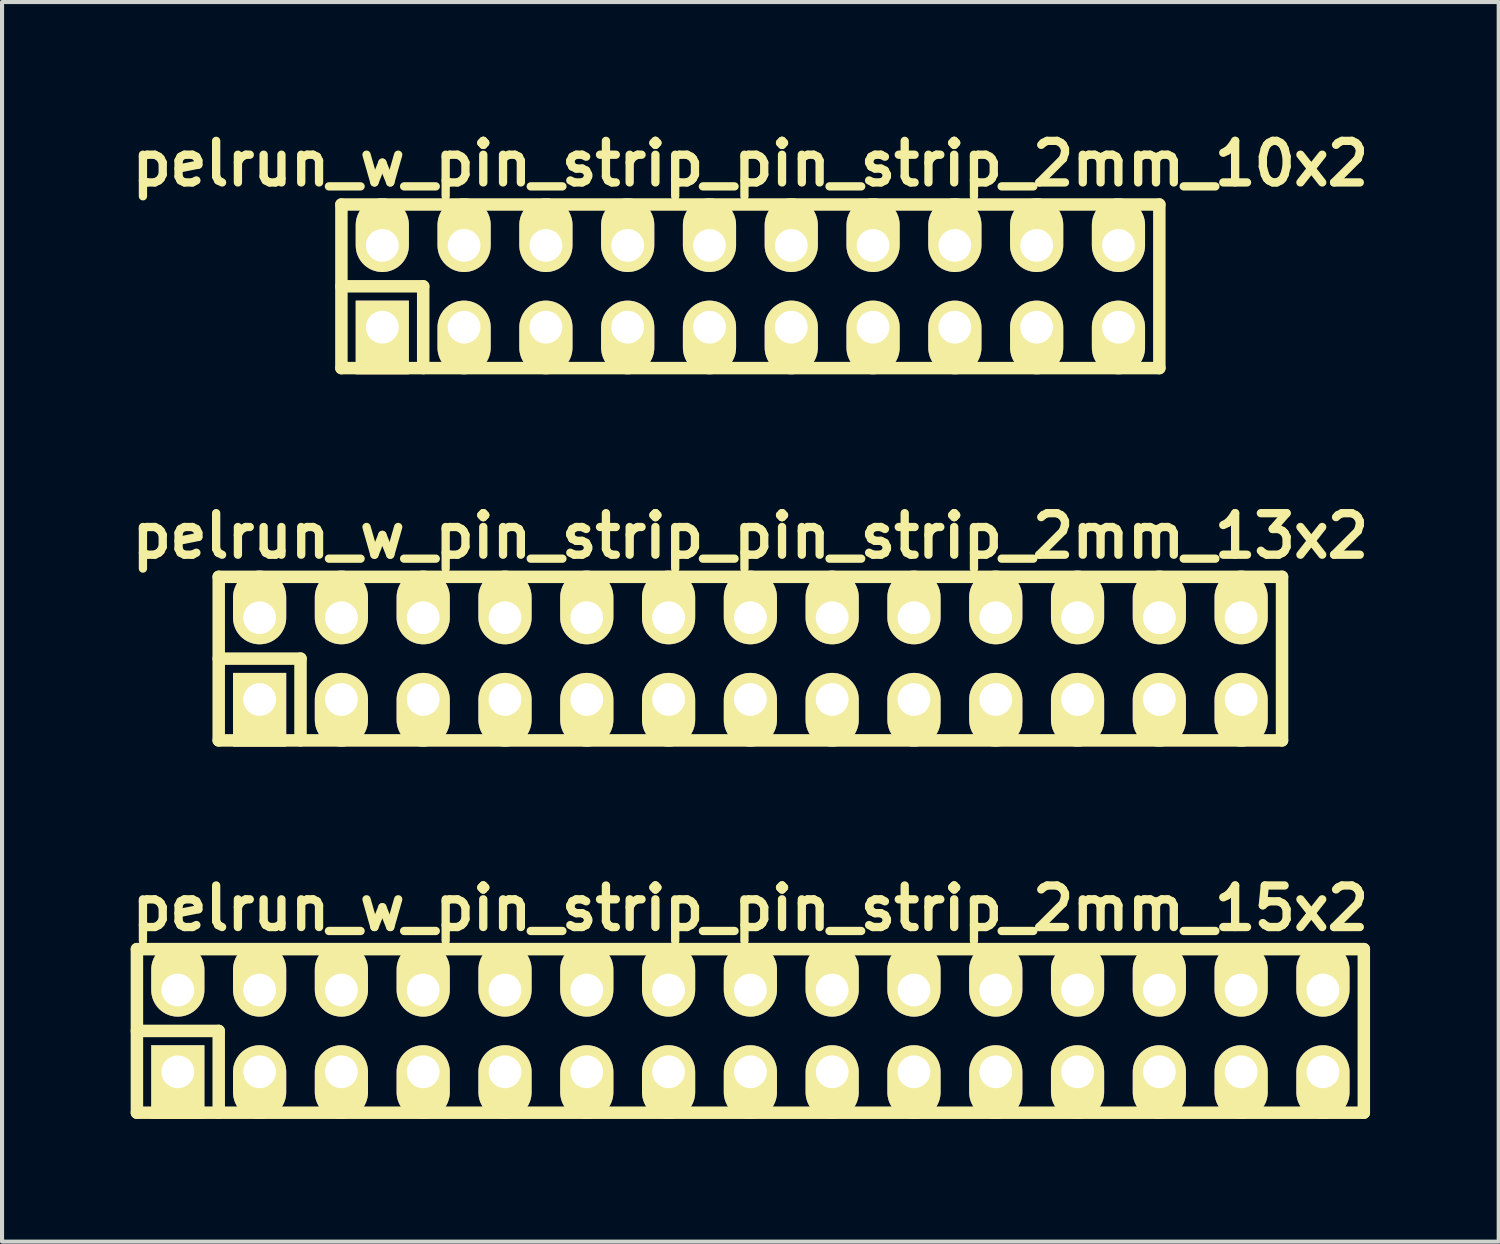
<source format=kicad_pcb>
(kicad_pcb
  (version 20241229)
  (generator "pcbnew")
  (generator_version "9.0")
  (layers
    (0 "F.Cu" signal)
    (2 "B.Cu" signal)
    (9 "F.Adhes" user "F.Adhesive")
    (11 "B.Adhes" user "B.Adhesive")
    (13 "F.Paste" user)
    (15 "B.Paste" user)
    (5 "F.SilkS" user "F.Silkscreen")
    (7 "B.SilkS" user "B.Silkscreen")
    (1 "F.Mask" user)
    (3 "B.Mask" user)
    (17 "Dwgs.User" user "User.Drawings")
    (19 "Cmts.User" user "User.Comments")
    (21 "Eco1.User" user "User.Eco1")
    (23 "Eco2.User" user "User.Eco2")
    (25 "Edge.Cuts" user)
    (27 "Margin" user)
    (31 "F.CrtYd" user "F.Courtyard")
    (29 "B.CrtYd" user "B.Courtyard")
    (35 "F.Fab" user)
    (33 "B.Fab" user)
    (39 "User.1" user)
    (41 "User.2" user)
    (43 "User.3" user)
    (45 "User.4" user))
  (footprint "pelrun_w_pin_strip_pin_strip_2mm_15x2"
    (layer "F.Cu")
    (at 15.298 22.158)
    (property "Reference" "pelrun_w_pin_strip_pin_strip_2mm_15x2" (at 0 -3 0) (layer "F.SilkS") (effects (font (size 1.016 1.016) (thickness 0.203))))
    (attr through_hole)
    (fp_line (start -15 -2) (end 15 -2) (stroke (width 0.305) (type solid)) (layer "F.SilkS"))
    (fp_line (start -15 0) (end -13 0) (stroke (width 0.305) (type solid)) (layer "F.SilkS"))
    (fp_line (start -15 2) (end -15 -2) (stroke (width 0.305) (type solid)) (layer "F.SilkS"))
    (fp_line (start -13 0) (end -13 2) (stroke (width 0.305) (type solid)) (layer "F.SilkS"))
    (fp_line (start 15 -2) (end 15 2) (stroke (width 0.305) (type solid)) (layer "F.SilkS"))
    (fp_line (start 15 2) (end -15 2) (stroke (width 0.305) (type solid)) (layer "F.SilkS"))
    (pad "1" thru_hole rect (at -14 1) (size 1.3 1.8) (drill 0.8 (offset 0 0.25)) (layers "*.Cu" "*.Mask" "F.SilkS"))
    (pad "2" thru_hole oval (at -14 -1) (size 1.3 1.8) (drill 0.8 (offset 0 -0.25)) (layers "*.Cu" "*.Mask" "F.SilkS"))
    (pad "3" thru_hole oval (at -12 1) (size 1.3 1.8) (drill 0.8 (offset 0 0.25)) (layers "*.Cu" "*.Mask" "F.SilkS"))
    (pad "4" thru_hole oval (at -12 -1) (size 1.3 1.8) (drill 0.8 (offset 0 -0.25)) (layers "*.Cu" "*.Mask" "F.SilkS"))
    (pad "5" thru_hole oval (at -10 1) (size 1.3 1.8) (drill 0.8 (offset 0 0.25)) (layers "*.Cu" "*.Mask" "F.SilkS"))
    (pad "6" thru_hole oval (at -10 -1) (size 1.3 1.8) (drill 0.8 (offset 0 -0.25)) (layers "*.Cu" "*.Mask" "F.SilkS"))
    (pad "7" thru_hole oval (at -8 1) (size 1.3 1.8) (drill 0.8 (offset 0 0.25)) (layers "*.Cu" "*.Mask" "F.SilkS"))
    (pad "8" thru_hole oval (at -8 -1) (size 1.3 1.8) (drill 0.8 (offset 0 -0.25)) (layers "*.Cu" "*.Mask" "F.SilkS"))
    (pad "9" thru_hole oval (at -6 1) (size 1.3 1.8) (drill 0.8 (offset 0 0.25)) (layers "*.Cu" "*.Mask" "F.SilkS"))
    (pad "10" thru_hole oval (at -6 -1) (size 1.3 1.8) (drill 0.8 (offset 0 -0.25)) (layers "*.Cu" "*.Mask" "F.SilkS"))
    (pad "11" thru_hole oval (at -4 1) (size 1.3 1.8) (drill 0.8 (offset 0 0.25)) (layers "*.Cu" "*.Mask" "F.SilkS"))
    (pad "12" thru_hole oval (at -4 -1) (size 1.3 1.8) (drill 0.8 (offset 0 -0.25)) (layers "*.Cu" "*.Mask" "F.SilkS"))
    (pad "13" thru_hole oval (at -2 1) (size 1.3 1.8) (drill 0.8 (offset 0 0.25)) (layers "*.Cu" "*.Mask" "F.SilkS"))
    (pad "14" thru_hole oval (at -2 -1) (size 1.3 1.8) (drill 0.8 (offset 0 -0.25)) (layers "*.Cu" "*.Mask" "F.SilkS"))
    (pad "15" thru_hole oval (at 0 1) (size 1.3 1.8) (drill 0.8 (offset 0 0.25)) (layers "*.Cu" "*.Mask" "F.SilkS"))
    (pad "16" thru_hole oval (at 0 -1) (size 1.3 1.8) (drill 0.8 (offset 0 -0.25)) (layers "*.Cu" "*.Mask" "F.SilkS"))
    (pad "17" thru_hole oval (at 2 1) (size 1.3 1.8) (drill 0.8 (offset 0 0.25)) (layers "*.Cu" "*.Mask" "F.SilkS"))
    (pad "18" thru_hole oval (at 2 -1) (size 1.3 1.8) (drill 0.8 (offset 0 -0.25)) (layers "*.Cu" "*.Mask" "F.SilkS"))
    (pad "19" thru_hole oval (at 4 1) (size 1.3 1.8) (drill 0.8 (offset 0 0.25)) (layers "*.Cu" "*.Mask" "F.SilkS"))
    (pad "20" thru_hole oval (at 4 -1) (size 1.3 1.8) (drill 0.8 (offset 0 -0.25)) (layers "*.Cu" "*.Mask" "F.SilkS"))
    (pad "21" thru_hole oval (at 6 1) (size 1.3 1.8) (drill 0.8 (offset 0 0.25)) (layers "*.Cu" "*.Mask" "F.SilkS"))
    (pad "22" thru_hole oval (at 6 -1) (size 1.3 1.8) (drill 0.8 (offset 0 -0.25)) (layers "*.Cu" "*.Mask" "F.SilkS"))
    (pad "23" thru_hole oval (at 8 1) (size 1.3 1.8) (drill 0.8 (offset 0 0.25)) (layers "*.Cu" "*.Mask" "F.SilkS"))
    (pad "24" thru_hole oval (at 8 -1) (size 1.3 1.8) (drill 0.8 (offset 0 -0.25)) (layers "*.Cu" "*.Mask" "F.SilkS"))
    (pad "25" thru_hole oval (at 10 1) (size 1.3 1.8) (drill 0.8 (offset 0 0.25)) (layers "*.Cu" "*.Mask" "F.SilkS"))
    (pad "26" thru_hole oval (at 10 -1) (size 1.3 1.8) (drill 0.8 (offset 0 -0.25)) (layers "*.Cu" "*.Mask" "F.SilkS"))
    (pad "27" thru_hole oval (at 12 1) (size 1.3 1.8) (drill 0.8 (offset 0 0.25)) (layers "*.Cu" "*.Mask" "F.SilkS"))
    (pad "28" thru_hole oval (at 12 -1) (size 1.3 1.8) (drill 0.8 (offset 0 -0.25)) (layers "*.Cu" "*.Mask" "F.SilkS"))
    (pad "29" thru_hole oval (at 14 1) (size 1.3 1.8) (drill 0.8 (offset 0 0.25)) (layers "*.Cu" "*.Mask" "F.SilkS"))
    (pad "30" thru_hole oval (at 14 -1) (size 1.3 1.8) (drill 0.8 (offset 0 -0.25)) (layers "*.Cu" "*.Mask" "F.SilkS")))
  (footprint "pelrun_w_pin_strip_pin_strip_2mm_13x2"
    (layer "F.Cu")
    (at 15.298 13.054)
    (property "Reference" "pelrun_w_pin_strip_pin_strip_2mm_13x2" (at 0 -3 0) (layer "F.SilkS") (effects (font (size 1.016 1.016) (thickness 0.203))))
    (attr through_hole)
    (fp_line (start -13 -2) (end 13 -2) (stroke (width 0.305) (type solid)) (layer "F.SilkS"))
    (fp_line (start -13 0) (end -11 0) (stroke (width 0.305) (type solid)) (layer "F.SilkS"))
    (fp_line (start -13 2) (end -13 -2) (stroke (width 0.305) (type solid)) (layer "F.SilkS"))
    (fp_line (start -11 0) (end -11 2) (stroke (width 0.305) (type solid)) (layer "F.SilkS"))
    (fp_line (start 13 -2) (end 13 2) (stroke (width 0.305) (type solid)) (layer "F.SilkS"))
    (fp_line (start 13 2) (end -13 2) (stroke (width 0.305) (type solid)) (layer "F.SilkS"))
    (pad "1" thru_hole rect (at -12 1) (size 1.3 1.8) (drill 0.8 (offset 0 0.25)) (layers "*.Cu" "*.Mask" "F.SilkS"))
    (pad "2" thru_hole oval (at -12 -1) (size 1.3 1.8) (drill 0.8 (offset 0 -0.25)) (layers "*.Cu" "*.Mask" "F.SilkS"))
    (pad "3" thru_hole oval (at -10 1) (size 1.3 1.8) (drill 0.8 (offset 0 0.25)) (layers "*.Cu" "*.Mask" "F.SilkS"))
    (pad "4" thru_hole oval (at -10 -1) (size 1.3 1.8) (drill 0.8 (offset 0 -0.25)) (layers "*.Cu" "*.Mask" "F.SilkS"))
    (pad "5" thru_hole oval (at -8 1) (size 1.3 1.8) (drill 0.8 (offset 0 0.25)) (layers "*.Cu" "*.Mask" "F.SilkS"))
    (pad "6" thru_hole oval (at -8 -1) (size 1.3 1.8) (drill 0.8 (offset 0 -0.25)) (layers "*.Cu" "*.Mask" "F.SilkS"))
    (pad "7" thru_hole oval (at -6 1) (size 1.3 1.8) (drill 0.8 (offset 0 0.25)) (layers "*.Cu" "*.Mask" "F.SilkS"))
    (pad "8" thru_hole oval (at -6 -1) (size 1.3 1.8) (drill 0.8 (offset 0 -0.25)) (layers "*.Cu" "*.Mask" "F.SilkS"))
    (pad "9" thru_hole oval (at -4 1) (size 1.3 1.8) (drill 0.8 (offset 0 0.25)) (layers "*.Cu" "*.Mask" "F.SilkS"))
    (pad "10" thru_hole oval (at -4 -1) (size 1.3 1.8) (drill 0.8 (offset 0 -0.25)) (layers "*.Cu" "*.Mask" "F.SilkS"))
    (pad "11" thru_hole oval (at -2 1) (size 1.3 1.8) (drill 0.8 (offset 0 0.25)) (layers "*.Cu" "*.Mask" "F.SilkS"))
    (pad "12" thru_hole oval (at -2 -1) (size 1.3 1.8) (drill 0.8 (offset 0 -0.25)) (layers "*.Cu" "*.Mask" "F.SilkS"))
    (pad "13" thru_hole oval (at 0 1) (size 1.3 1.8) (drill 0.8 (offset 0 0.25)) (layers "*.Cu" "*.Mask" "F.SilkS"))
    (pad "14" thru_hole oval (at 0 -1) (size 1.3 1.8) (drill 0.8 (offset 0 -0.25)) (layers "*.Cu" "*.Mask" "F.SilkS"))
    (pad "15" thru_hole oval (at 2 1) (size 1.3 1.8) (drill 0.8 (offset 0 0.25)) (layers "*.Cu" "*.Mask" "F.SilkS"))
    (pad "16" thru_hole oval (at 2 -1) (size 1.3 1.8) (drill 0.8 (offset 0 -0.25)) (layers "*.Cu" "*.Mask" "F.SilkS"))
    (pad "17" thru_hole oval (at 4 1) (size 1.3 1.8) (drill 0.8 (offset 0 0.25)) (layers "*.Cu" "*.Mask" "F.SilkS"))
    (pad "18" thru_hole oval (at 4 -1) (size 1.3 1.8) (drill 0.8 (offset 0 -0.25)) (layers "*.Cu" "*.Mask" "F.SilkS"))
    (pad "19" thru_hole oval (at 6 1) (size 1.3 1.8) (drill 0.8 (offset 0 0.25)) (layers "*.Cu" "*.Mask" "F.SilkS"))
    (pad "20" thru_hole oval (at 6 -1) (size 1.3 1.8) (drill 0.8 (offset 0 -0.25)) (layers "*.Cu" "*.Mask" "F.SilkS"))
    (pad "21" thru_hole oval (at 8 1) (size 1.3 1.8) (drill 0.8 (offset 0 0.25)) (layers "*.Cu" "*.Mask" "F.SilkS"))
    (pad "22" thru_hole oval (at 8 -1) (size 1.3 1.8) (drill 0.8 (offset 0 -0.25)) (layers "*.Cu" "*.Mask" "F.SilkS"))
    (pad "23" thru_hole oval (at 10 1) (size 1.3 1.8) (drill 0.8 (offset 0 0.25)) (layers "*.Cu" "*.Mask" "F.SilkS"))
    (pad "24" thru_hole oval (at 10 -1) (size 1.3 1.8) (drill 0.8 (offset 0 -0.25)) (layers "*.Cu" "*.Mask" "F.SilkS"))
    (pad "25" thru_hole oval (at 12 1) (size 1.3 1.8) (drill 0.8 (offset 0 0.25)) (layers "*.Cu" "*.Mask" "F.SilkS"))
    (pad "26" thru_hole oval (at 12 -1) (size 1.3 1.8) (drill 0.8 (offset 0 -0.25)) (layers "*.Cu" "*.Mask" "F.SilkS")))
  (footprint "pelrun_w_pin_strip_pin_strip_2mm_10x2"
    (layer "F.Cu")
    (at 15.298 3.951)
    (property "Reference" "pelrun_w_pin_strip_pin_strip_2mm_10x2" (at 0 -3 0) (layer "F.SilkS") (effects (font (size 1.016 1.016) (thickness 0.203))))
    (attr through_hole)
    (fp_line (start -10 -2) (end 10 -2) (stroke (width 0.305) (type solid)) (layer "F.SilkS"))
    (fp_line (start -10 0) (end -8 0) (stroke (width 0.305) (type solid)) (layer "F.SilkS"))
    (fp_line (start -10 2) (end -10 -2) (stroke (width 0.305) (type solid)) (layer "F.SilkS"))
    (fp_line (start -8 0) (end -8 2) (stroke (width 0.305) (type solid)) (layer "F.SilkS"))
    (fp_line (start 10 -2) (end 10 2) (stroke (width 0.305) (type solid)) (layer "F.SilkS"))
    (fp_line (start 10 2) (end -10 2) (stroke (width 0.305) (type solid)) (layer "F.SilkS"))
    (pad "1" thru_hole rect (at -9 1) (size 1.3 1.8) (drill 0.8 (offset 0 0.25)) (layers "*.Cu" "*.Mask" "F.SilkS"))
    (pad "2" thru_hole oval (at -9 -1) (size 1.3 1.8) (drill 0.8 (offset 0 -0.25)) (layers "*.Cu" "*.Mask" "F.SilkS"))
    (pad "3" thru_hole oval (at -7 1) (size 1.3 1.8) (drill 0.8 (offset 0 0.25)) (layers "*.Cu" "*.Mask" "F.SilkS"))
    (pad "4" thru_hole oval (at -7 -1) (size 1.3 1.8) (drill 0.8 (offset 0 -0.25)) (layers "*.Cu" "*.Mask" "F.SilkS"))
    (pad "5" thru_hole oval (at -5 1) (size 1.3 1.8) (drill 0.8 (offset 0 0.25)) (layers "*.Cu" "*.Mask" "F.SilkS"))
    (pad "6" thru_hole oval (at -5 -1) (size 1.3 1.8) (drill 0.8 (offset 0 -0.25)) (layers "*.Cu" "*.Mask" "F.SilkS"))
    (pad "7" thru_hole oval (at -3 1) (size 1.3 1.8) (drill 0.8 (offset 0 0.25)) (layers "*.Cu" "*.Mask" "F.SilkS"))
    (pad "8" thru_hole oval (at -3 -1) (size 1.3 1.8) (drill 0.8 (offset 0 -0.25)) (layers "*.Cu" "*.Mask" "F.SilkS"))
    (pad "9" thru_hole oval (at -1 1) (size 1.3 1.8) (drill 0.8 (offset 0 0.25)) (layers "*.Cu" "*.Mask" "F.SilkS"))
    (pad "10" thru_hole oval (at -1 -1) (size 1.3 1.8) (drill 0.8 (offset 0 -0.25)) (layers "*.Cu" "*.Mask" "F.SilkS"))
    (pad "11" thru_hole oval (at 1 1) (size 1.3 1.8) (drill 0.8 (offset 0 0.25)) (layers "*.Cu" "*.Mask" "F.SilkS"))
    (pad "12" thru_hole oval (at 1 -1) (size 1.3 1.8) (drill 0.8 (offset 0 -0.25)) (layers "*.Cu" "*.Mask" "F.SilkS"))
    (pad "13" thru_hole oval (at 3 1) (size 1.3 1.8) (drill 0.8 (offset 0 0.25)) (layers "*.Cu" "*.Mask" "F.SilkS"))
    (pad "14" thru_hole oval (at 3 -1) (size 1.3 1.8) (drill 0.8 (offset 0 -0.25)) (layers "*.Cu" "*.Mask" "F.SilkS"))
    (pad "15" thru_hole oval (at 5 1) (size 1.3 1.8) (drill 0.8 (offset 0 0.25)) (layers "*.Cu" "*.Mask" "F.SilkS"))
    (pad "16" thru_hole oval (at 5 -1) (size 1.3 1.8) (drill 0.8 (offset 0 -0.25)) (layers "*.Cu" "*.Mask" "F.SilkS"))
    (pad "17" thru_hole oval (at 7 1) (size 1.3 1.8) (drill 0.8 (offset 0 0.25)) (layers "*.Cu" "*.Mask" "F.SilkS"))
    (pad "18" thru_hole oval (at 7 -1) (size 1.3 1.8) (drill 0.8 (offset 0 -0.25)) (layers "*.Cu" "*.Mask" "F.SilkS"))
    (pad "19" thru_hole oval (at 9 1) (size 1.3 1.8) (drill 0.8 (offset 0 0.25)) (layers "*.Cu" "*.Mask" "F.SilkS"))
    (pad "20" thru_hole oval (at 9 -1) (size 1.3 1.8) (drill 0.8 (offset 0 -0.25)) (layers "*.Cu" "*.Mask" "F.SilkS")))
  (gr_rect
    (start -3 -3)
    (end 33.596 27.31)
    (stroke (width 0.1) (type default))
    (fill no)
    (layer "Edge.Cuts")))
</source>
